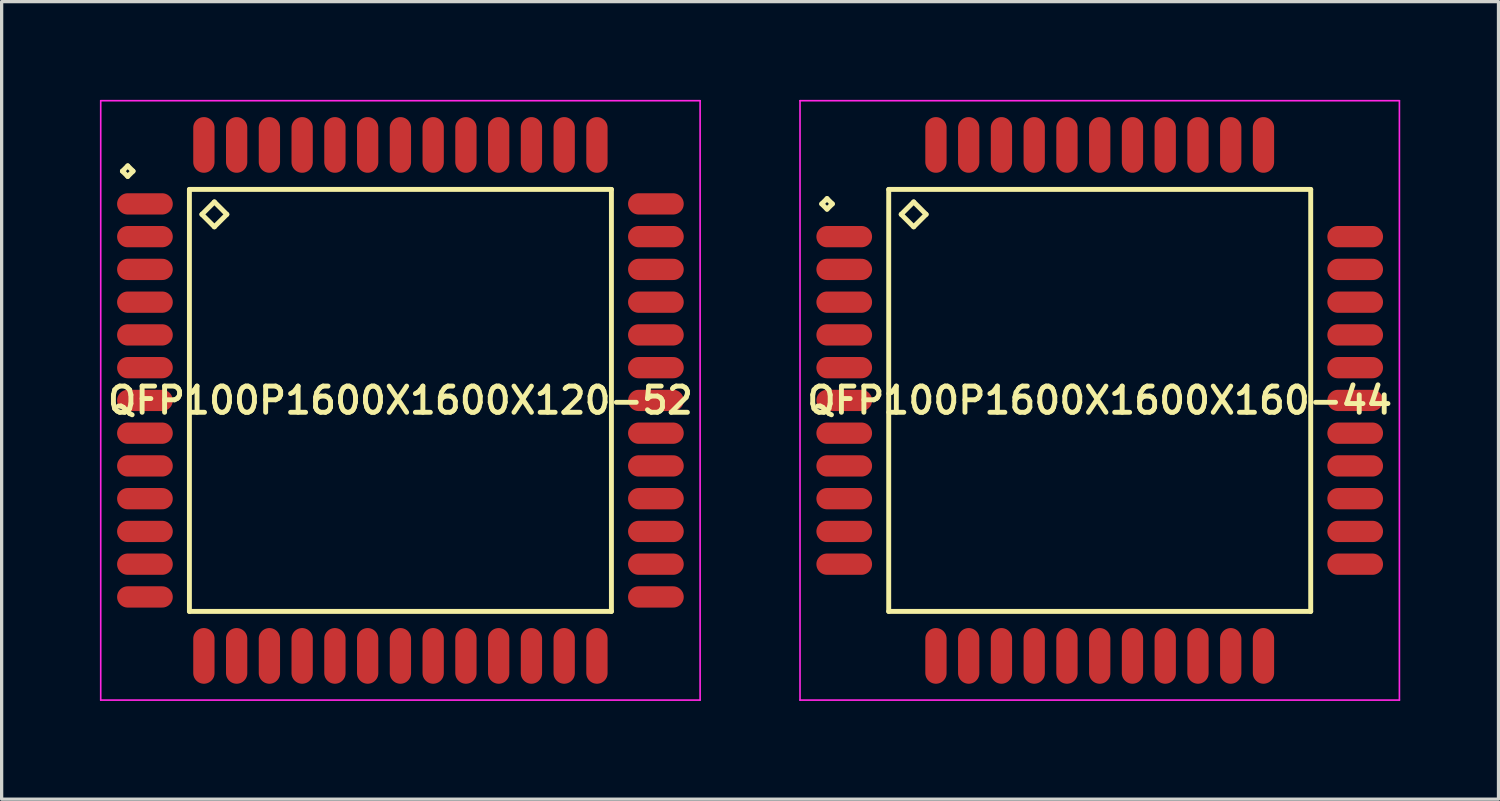
<source format=kicad_pcb>
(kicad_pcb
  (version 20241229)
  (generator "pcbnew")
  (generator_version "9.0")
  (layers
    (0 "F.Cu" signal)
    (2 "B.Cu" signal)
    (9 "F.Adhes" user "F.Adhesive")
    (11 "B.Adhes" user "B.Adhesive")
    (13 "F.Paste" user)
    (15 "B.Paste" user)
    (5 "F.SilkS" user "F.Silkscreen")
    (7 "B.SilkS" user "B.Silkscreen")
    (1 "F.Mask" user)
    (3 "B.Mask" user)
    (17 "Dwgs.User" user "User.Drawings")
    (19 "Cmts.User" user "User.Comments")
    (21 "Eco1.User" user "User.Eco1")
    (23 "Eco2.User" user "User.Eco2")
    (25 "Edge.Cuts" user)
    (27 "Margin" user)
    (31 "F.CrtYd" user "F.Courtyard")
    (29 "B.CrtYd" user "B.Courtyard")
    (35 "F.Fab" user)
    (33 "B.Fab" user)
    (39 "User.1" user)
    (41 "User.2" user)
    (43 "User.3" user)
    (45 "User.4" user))
  (footprint "QFP100P1600X1600X160-44"
    (layer "F.Cu")
    (at 30.525 9.175)
    (property "Reference" "QFP100P1600X1600X160-44" (at 0 0 0) (layer "F.SilkS") (effects (font (size 0.8 0.8) (thickness 0.15))))
    (attr smd)
    (fp_line (start -8.488 -6) (end -8.325 -6.162) (stroke (width 0.15) (type solid)) (layer "F.SilkS"))
    (fp_line (start -8.325 -6.162) (end -8.162 -6) (stroke (width 0.15) (type solid)) (layer "F.SilkS"))
    (fp_line (start -8.325 -5.838) (end -8.488 -6) (stroke (width 0.15) (type solid)) (layer "F.SilkS"))
    (fp_line (start -8.162 -6) (end -8.325 -5.838) (stroke (width 0.15) (type solid)) (layer "F.SilkS"))
    (fp_line (start -6.442 -6.442) (end -6.442 6.442) (stroke (width 0.15) (type solid)) (layer "F.SilkS"))
    (fp_line (start -6.442 6.442) (end 6.442 6.442) (stroke (width 0.15) (type solid)) (layer "F.SilkS"))
    (fp_line (start -6.061 -5.68) (end -5.68 -6.061) (stroke (width 0.15) (type solid)) (layer "F.SilkS"))
    (fp_line (start -5.68 -6.061) (end -5.299 -5.68) (stroke (width 0.15) (type solid)) (layer "F.SilkS"))
    (fp_line (start -5.68 -5.299) (end -6.061 -5.68) (stroke (width 0.15) (type solid)) (layer "F.SilkS"))
    (fp_line (start -5.299 -5.68) (end -5.68 -5.299) (stroke (width 0.15) (type solid)) (layer "F.SilkS"))
    (fp_line (start 6.442 -6.442) (end -6.442 -6.442) (stroke (width 0.15) (type solid)) (layer "F.SilkS"))
    (fp_line (start 6.442 6.442) (end 6.442 -6.442) (stroke (width 0.15) (type solid)) (layer "F.SilkS"))
    (fp_line (start -9.15 -9.15) (end 9.15 -9.15) (stroke (width 0.05) (type solid)) (layer "F.CrtYd"))
    (fp_line (start -9.15 9.15) (end -9.15 -9.15) (stroke (width 0.05) (type solid)) (layer "F.CrtYd"))
    (fp_line (start 9.15 -9.15) (end 9.15 9.15) (stroke (width 0.05) (type solid)) (layer "F.CrtYd"))
    (fp_line (start 9.15 9.15) (end -9.15 9.15) (stroke (width 0.05) (type solid)) (layer "F.CrtYd"))
    (pad "1" smd oval (at -7.8 -5) (size 1.7 0.65) (layers "F.Cu" "F.Mask" "F.Paste"))
    (pad "2" smd oval (at -7.8 -4) (size 1.7 0.65) (layers "F.Cu" "F.Mask" "F.Paste"))
    (pad "3" smd oval (at -7.8 -3) (size 1.7 0.65) (layers "F.Cu" "F.Mask" "F.Paste"))
    (pad "4" smd oval (at -7.8 -2) (size 1.7 0.65) (layers "F.Cu" "F.Mask" "F.Paste"))
    (pad "5" smd oval (at -7.8 -1) (size 1.7 0.65) (layers "F.Cu" "F.Mask" "F.Paste"))
    (pad "6" smd oval (at -7.8 0) (size 1.7 0.65) (layers "F.Cu" "F.Mask" "F.Paste"))
    (pad "7" smd oval (at -7.8 1) (size 1.7 0.65) (layers "F.Cu" "F.Mask" "F.Paste"))
    (pad "8" smd oval (at -7.8 2) (size 1.7 0.65) (layers "F.Cu" "F.Mask" "F.Paste"))
    (pad "9" smd oval (at -7.8 3) (size 1.7 0.65) (layers "F.Cu" "F.Mask" "F.Paste"))
    (pad "10" smd oval (at -7.8 4) (size 1.7 0.65) (layers "F.Cu" "F.Mask" "F.Paste"))
    (pad "11" smd oval (at -7.8 5) (size 1.7 0.65) (layers "F.Cu" "F.Mask" "F.Paste"))
    (pad "12" smd oval (at -5 7.8) (size 0.65 1.7) (layers "F.Cu" "F.Mask" "F.Paste"))
    (pad "13" smd oval (at -4 7.8) (size 0.65 1.7) (layers "F.Cu" "F.Mask" "F.Paste"))
    (pad "14" smd oval (at -3 7.8) (size 0.65 1.7) (layers "F.Cu" "F.Mask" "F.Paste"))
    (pad "15" smd oval (at -2 7.8) (size 0.65 1.7) (layers "F.Cu" "F.Mask" "F.Paste"))
    (pad "16" smd oval (at -1 7.8) (size 0.65 1.7) (layers "F.Cu" "F.Mask" "F.Paste"))
    (pad "17" smd oval (at 0 7.8) (size 0.65 1.7) (layers "F.Cu" "F.Mask" "F.Paste"))
    (pad "18" smd oval (at 1 7.8) (size 0.65 1.7) (layers "F.Cu" "F.Mask" "F.Paste"))
    (pad "19" smd oval (at 2 7.8) (size 0.65 1.7) (layers "F.Cu" "F.Mask" "F.Paste"))
    (pad "20" smd oval (at 3 7.8) (size 0.65 1.7) (layers "F.Cu" "F.Mask" "F.Paste"))
    (pad "21" smd oval (at 4 7.8) (size 0.65 1.7) (layers "F.Cu" "F.Mask" "F.Paste"))
    (pad "22" smd oval (at 5 7.8) (size 0.65 1.7) (layers "F.Cu" "F.Mask" "F.Paste"))
    (pad "23" smd oval (at 7.8 5) (size 1.7 0.65) (layers "F.Cu" "F.Mask" "F.Paste"))
    (pad "24" smd oval (at 7.8 4) (size 1.7 0.65) (layers "F.Cu" "F.Mask" "F.Paste"))
    (pad "25" smd oval (at 7.8 3) (size 1.7 0.65) (layers "F.Cu" "F.Mask" "F.Paste"))
    (pad "26" smd oval (at 7.8 2) (size 1.7 0.65) (layers "F.Cu" "F.Mask" "F.Paste"))
    (pad "27" smd oval (at 7.8 1) (size 1.7 0.65) (layers "F.Cu" "F.Mask" "F.Paste"))
    (pad "28" smd oval (at 7.8 0) (size 1.7 0.65) (layers "F.Cu" "F.Mask" "F.Paste"))
    (pad "29" smd oval (at 7.8 -1) (size 1.7 0.65) (layers "F.Cu" "F.Mask" "F.Paste"))
    (pad "30" smd oval (at 7.8 -2) (size 1.7 0.65) (layers "F.Cu" "F.Mask" "F.Paste"))
    (pad "31" smd oval (at 7.8 -3) (size 1.7 0.65) (layers "F.Cu" "F.Mask" "F.Paste"))
    (pad "32" smd oval (at 7.8 -4) (size 1.7 0.65) (layers "F.Cu" "F.Mask" "F.Paste"))
    (pad "33" smd oval (at 7.8 -5) (size 1.7 0.65) (layers "F.Cu" "F.Mask" "F.Paste"))
    (pad "34" smd oval (at 5 -7.8) (size 0.65 1.7) (layers "F.Cu" "F.Mask" "F.Paste"))
    (pad "35" smd oval (at 4 -7.8) (size 0.65 1.7) (layers "F.Cu" "F.Mask" "F.Paste"))
    (pad "36" smd oval (at 3 -7.8) (size 0.65 1.7) (layers "F.Cu" "F.Mask" "F.Paste"))
    (pad "37" smd oval (at 2 -7.8) (size 0.65 1.7) (layers "F.Cu" "F.Mask" "F.Paste"))
    (pad "38" smd oval (at 1 -7.8) (size 0.65 1.7) (layers "F.Cu" "F.Mask" "F.Paste"))
    (pad "39" smd oval (at 0 -7.8) (size 0.65 1.7) (layers "F.Cu" "F.Mask" "F.Paste"))
    (pad "40" smd oval (at -1 -7.8) (size 0.65 1.7) (layers "F.Cu" "F.Mask" "F.Paste"))
    (pad "41" smd oval (at -2 -7.8) (size 0.65 1.7) (layers "F.Cu" "F.Mask" "F.Paste"))
    (pad "42" smd oval (at -3 -7.8) (size 0.65 1.7) (layers "F.Cu" "F.Mask" "F.Paste"))
    (pad "43" smd oval (at -4 -7.8) (size 0.65 1.7) (layers "F.Cu" "F.Mask" "F.Paste"))
    (pad "44" smd oval (at -5 -7.8) (size 0.65 1.7) (layers "F.Cu" "F.Mask" "F.Paste")))
  (footprint "QFP100P1600X1600X120-52"
    (layer "F.Cu")
    (at 9.175 9.175)
    (property "Reference" "QFP100P1600X1600X120-52" (at 0 0 0) (layer "F.SilkS") (effects (font (size 0.8 0.8) (thickness 0.15))))
    (attr smd)
    (fp_line (start -8.488 -7) (end -8.325 -7.162) (stroke (width 0.15) (type solid)) (layer "F.SilkS"))
    (fp_line (start -8.325 -7.162) (end -8.162 -7) (stroke (width 0.15) (type solid)) (layer "F.SilkS"))
    (fp_line (start -8.325 -6.838) (end -8.488 -7) (stroke (width 0.15) (type solid)) (layer "F.SilkS"))
    (fp_line (start -8.162 -7) (end -8.325 -6.838) (stroke (width 0.15) (type solid)) (layer "F.SilkS"))
    (fp_line (start -6.442 -6.442) (end -6.442 6.442) (stroke (width 0.15) (type solid)) (layer "F.SilkS"))
    (fp_line (start -6.442 6.442) (end 6.442 6.442) (stroke (width 0.15) (type solid)) (layer "F.SilkS"))
    (fp_line (start -6.061 -5.68) (end -5.68 -6.061) (stroke (width 0.15) (type solid)) (layer "F.SilkS"))
    (fp_line (start -5.68 -6.061) (end -5.299 -5.68) (stroke (width 0.15) (type solid)) (layer "F.SilkS"))
    (fp_line (start -5.68 -5.299) (end -6.061 -5.68) (stroke (width 0.15) (type solid)) (layer "F.SilkS"))
    (fp_line (start -5.299 -5.68) (end -5.68 -5.299) (stroke (width 0.15) (type solid)) (layer "F.SilkS"))
    (fp_line (start 6.442 -6.442) (end -6.442 -6.442) (stroke (width 0.15) (type solid)) (layer "F.SilkS"))
    (fp_line (start 6.442 6.442) (end 6.442 -6.442) (stroke (width 0.15) (type solid)) (layer "F.SilkS"))
    (fp_line (start -9.15 -9.15) (end 9.15 -9.15) (stroke (width 0.05) (type solid)) (layer "F.CrtYd"))
    (fp_line (start -9.15 9.15) (end -9.15 -9.15) (stroke (width 0.05) (type solid)) (layer "F.CrtYd"))
    (fp_line (start 9.15 -9.15) (end 9.15 9.15) (stroke (width 0.05) (type solid)) (layer "F.CrtYd"))
    (fp_line (start 9.15 9.15) (end -9.15 9.15) (stroke (width 0.05) (type solid)) (layer "F.CrtYd"))
    (pad "1" smd oval (at -7.8 -6) (size 1.7 0.65) (layers "F.Cu" "F.Mask" "F.Paste"))
    (pad "2" smd oval (at -7.8 -5) (size 1.7 0.65) (layers "F.Cu" "F.Mask" "F.Paste"))
    (pad "3" smd oval (at -7.8 -4) (size 1.7 0.65) (layers "F.Cu" "F.Mask" "F.Paste"))
    (pad "4" smd oval (at -7.8 -3) (size 1.7 0.65) (layers "F.Cu" "F.Mask" "F.Paste"))
    (pad "5" smd oval (at -7.8 -2) (size 1.7 0.65) (layers "F.Cu" "F.Mask" "F.Paste"))
    (pad "6" smd oval (at -7.8 -1) (size 1.7 0.65) (layers "F.Cu" "F.Mask" "F.Paste"))
    (pad "7" smd oval (at -7.8 0) (size 1.7 0.65) (layers "F.Cu" "F.Mask" "F.Paste"))
    (pad "8" smd oval (at -7.8 1) (size 1.7 0.65) (layers "F.Cu" "F.Mask" "F.Paste"))
    (pad "9" smd oval (at -7.8 2) (size 1.7 0.65) (layers "F.Cu" "F.Mask" "F.Paste"))
    (pad "10" smd oval (at -7.8 3) (size 1.7 0.65) (layers "F.Cu" "F.Mask" "F.Paste"))
    (pad "11" smd oval (at -7.8 4) (size 1.7 0.65) (layers "F.Cu" "F.Mask" "F.Paste"))
    (pad "12" smd oval (at -7.8 5) (size 1.7 0.65) (layers "F.Cu" "F.Mask" "F.Paste"))
    (pad "13" smd oval (at -7.8 6) (size 1.7 0.65) (layers "F.Cu" "F.Mask" "F.Paste"))
    (pad "14" smd oval (at -6 7.8) (size 0.65 1.7) (layers "F.Cu" "F.Mask" "F.Paste"))
    (pad "15" smd oval (at -5 7.8) (size 0.65 1.7) (layers "F.Cu" "F.Mask" "F.Paste"))
    (pad "16" smd oval (at -4 7.8) (size 0.65 1.7) (layers "F.Cu" "F.Mask" "F.Paste"))
    (pad "17" smd oval (at -3 7.8) (size 0.65 1.7) (layers "F.Cu" "F.Mask" "F.Paste"))
    (pad "18" smd oval (at -2 7.8) (size 0.65 1.7) (layers "F.Cu" "F.Mask" "F.Paste"))
    (pad "19" smd oval (at -1 7.8) (size 0.65 1.7) (layers "F.Cu" "F.Mask" "F.Paste"))
    (pad "20" smd oval (at 0 7.8) (size 0.65 1.7) (layers "F.Cu" "F.Mask" "F.Paste"))
    (pad "21" smd oval (at 1 7.8) (size 0.65 1.7) (layers "F.Cu" "F.Mask" "F.Paste"))
    (pad "22" smd oval (at 2 7.8) (size 0.65 1.7) (layers "F.Cu" "F.Mask" "F.Paste"))
    (pad "23" smd oval (at 3 7.8) (size 0.65 1.7) (layers "F.Cu" "F.Mask" "F.Paste"))
    (pad "24" smd oval (at 4 7.8) (size 0.65 1.7) (layers "F.Cu" "F.Mask" "F.Paste"))
    (pad "25" smd oval (at 5 7.8) (size 0.65 1.7) (layers "F.Cu" "F.Mask" "F.Paste"))
    (pad "26" smd oval (at 6 7.8) (size 0.65 1.7) (layers "F.Cu" "F.Mask" "F.Paste"))
    (pad "27" smd oval (at 7.8 6) (size 1.7 0.65) (layers "F.Cu" "F.Mask" "F.Paste"))
    (pad "28" smd oval (at 7.8 5) (size 1.7 0.65) (layers "F.Cu" "F.Mask" "F.Paste"))
    (pad "29" smd oval (at 7.8 4) (size 1.7 0.65) (layers "F.Cu" "F.Mask" "F.Paste"))
    (pad "30" smd oval (at 7.8 3) (size 1.7 0.65) (layers "F.Cu" "F.Mask" "F.Paste"))
    (pad "31" smd oval (at 7.8 2) (size 1.7 0.65) (layers "F.Cu" "F.Mask" "F.Paste"))
    (pad "32" smd oval (at 7.8 1) (size 1.7 0.65) (layers "F.Cu" "F.Mask" "F.Paste"))
    (pad "33" smd oval (at 7.8 0) (size 1.7 0.65) (layers "F.Cu" "F.Mask" "F.Paste"))
    (pad "34" smd oval (at 7.8 -1) (size 1.7 0.65) (layers "F.Cu" "F.Mask" "F.Paste"))
    (pad "35" smd oval (at 7.8 -2) (size 1.7 0.65) (layers "F.Cu" "F.Mask" "F.Paste"))
    (pad "36" smd oval (at 7.8 -3) (size 1.7 0.65) (layers "F.Cu" "F.Mask" "F.Paste"))
    (pad "37" smd oval (at 7.8 -4) (size 1.7 0.65) (layers "F.Cu" "F.Mask" "F.Paste"))
    (pad "38" smd oval (at 7.8 -5) (size 1.7 0.65) (layers "F.Cu" "F.Mask" "F.Paste"))
    (pad "39" smd oval (at 7.8 -6) (size 1.7 0.65) (layers "F.Cu" "F.Mask" "F.Paste"))
    (pad "40" smd oval (at 6 -7.8) (size 0.65 1.7) (layers "F.Cu" "F.Mask" "F.Paste"))
    (pad "41" smd oval (at 5 -7.8) (size 0.65 1.7) (layers "F.Cu" "F.Mask" "F.Paste"))
    (pad "42" smd oval (at 4 -7.8) (size 0.65 1.7) (layers "F.Cu" "F.Mask" "F.Paste"))
    (pad "43" smd oval (at 3 -7.8) (size 0.65 1.7) (layers "F.Cu" "F.Mask" "F.Paste"))
    (pad "44" smd oval (at 2 -7.8) (size 0.65 1.7) (layers "F.Cu" "F.Mask" "F.Paste"))
    (pad "45" smd oval (at 1 -7.8) (size 0.65 1.7) (layers "F.Cu" "F.Mask" "F.Paste"))
    (pad "46" smd oval (at 0 -7.8) (size 0.65 1.7) (layers "F.Cu" "F.Mask" "F.Paste"))
    (pad "47" smd oval (at -1 -7.8) (size 0.65 1.7) (layers "F.Cu" "F.Mask" "F.Paste"))
    (pad "48" smd oval (at -2 -7.8) (size 0.65 1.7) (layers "F.Cu" "F.Mask" "F.Paste"))
    (pad "49" smd oval (at -3 -7.8) (size 0.65 1.7) (layers "F.Cu" "F.Mask" "F.Paste"))
    (pad "50" smd oval (at -4 -7.8) (size 0.65 1.7) (layers "F.Cu" "F.Mask" "F.Paste"))
    (pad "51" smd oval (at -5 -7.8) (size 0.65 1.7) (layers "F.Cu" "F.Mask" "F.Paste"))
    (pad "52" smd oval (at -6 -7.8) (size 0.65 1.7) (layers "F.Cu" "F.Mask" "F.Paste")))
  (gr_rect
    (start -3 -3)
    (end 42.7 21.35)
    (stroke (width 0.1) (type default))
    (fill no)
    (layer "Edge.Cuts")))
</source>
